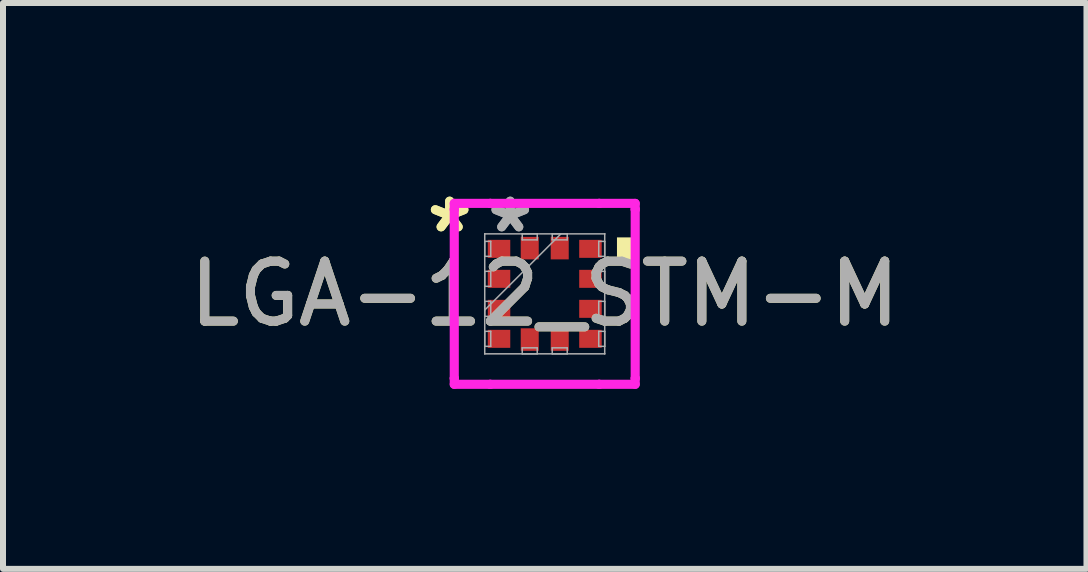
<source format=kicad_pcb>
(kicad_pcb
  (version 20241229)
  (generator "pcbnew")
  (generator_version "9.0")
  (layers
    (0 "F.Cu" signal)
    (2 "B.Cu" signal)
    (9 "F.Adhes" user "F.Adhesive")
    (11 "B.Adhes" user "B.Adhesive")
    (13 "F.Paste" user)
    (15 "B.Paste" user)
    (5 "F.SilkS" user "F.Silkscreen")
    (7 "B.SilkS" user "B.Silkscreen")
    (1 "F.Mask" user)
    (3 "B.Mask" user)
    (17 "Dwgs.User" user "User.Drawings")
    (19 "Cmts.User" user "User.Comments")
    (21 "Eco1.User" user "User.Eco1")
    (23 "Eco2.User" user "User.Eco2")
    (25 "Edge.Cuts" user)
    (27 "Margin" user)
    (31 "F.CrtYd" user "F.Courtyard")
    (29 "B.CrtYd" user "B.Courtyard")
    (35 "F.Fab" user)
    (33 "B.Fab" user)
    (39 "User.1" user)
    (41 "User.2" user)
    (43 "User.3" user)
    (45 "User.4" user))
  (footprint "LGA-12_STM-M"
    (layer "F.Cu")
    (at 6.03 1.848)
    (property "Reference" "LGA-12_STM-M" (at 0 0 0) (unlocked yes) (layer "F.SilkS") (effects (font (size 1 1) (thickness 0.15))))
    (attr smd)
    (fp_poly (pts (xy 1.458 -0.941) (xy 1.458 -0.56) (xy 1.204 -0.56) (xy 1.204 -0.941)) (stroke (width 0) (type solid)) (fill yes) (layer "F.SilkS"))
    (fp_line (start -1.508 -1.508) (end -0.908 -1.508) (stroke (width 0.152) (type solid)) (layer "F.CrtYd"))
    (fp_line (start -1.508 -1.408) (end -1.508 -1.508) (stroke (width 0.152) (type solid)) (layer "F.CrtYd"))
    (fp_line (start -1.508 -1.408) (end -1.508 -1.408) (stroke (width 0.152) (type solid)) (layer "F.CrtYd"))
    (fp_line (start -1.508 1.408) (end -1.508 -1.408) (stroke (width 0.152) (type solid)) (layer "F.CrtYd"))
    (fp_line (start -1.508 1.408) (end -1.508 1.408) (stroke (width 0.152) (type solid)) (layer "F.CrtYd"))
    (fp_line (start -1.508 1.508) (end -1.508 1.408) (stroke (width 0.152) (type solid)) (layer "F.CrtYd"))
    (fp_line (start -0.908 -1.508) (end -0.908 -1.508) (stroke (width 0.152) (type solid)) (layer "F.CrtYd"))
    (fp_line (start -0.908 -1.508) (end 0.908 -1.508) (stroke (width 0.152) (type solid)) (layer "F.CrtYd"))
    (fp_line (start -0.908 1.508) (end -1.508 1.508) (stroke (width 0.152) (type solid)) (layer "F.CrtYd"))
    (fp_line (start -0.908 1.508) (end -0.908 1.508) (stroke (width 0.152) (type solid)) (layer "F.CrtYd"))
    (fp_line (start 0.908 -1.508) (end 0.908 -1.508) (stroke (width 0.152) (type solid)) (layer "F.CrtYd"))
    (fp_line (start 0.908 -1.508) (end 1.508 -1.508) (stroke (width 0.152) (type solid)) (layer "F.CrtYd"))
    (fp_line (start 0.908 1.508) (end -0.908 1.508) (stroke (width 0.152) (type solid)) (layer "F.CrtYd"))
    (fp_line (start 0.908 1.508) (end 0.908 1.508) (stroke (width 0.152) (type solid)) (layer "F.CrtYd"))
    (fp_line (start 1.508 -1.508) (end 1.508 -1.408) (stroke (width 0.152) (type solid)) (layer "F.CrtYd"))
    (fp_line (start 1.508 -1.408) (end 1.508 -1.408) (stroke (width 0.152) (type solid)) (layer "F.CrtYd"))
    (fp_line (start 1.508 -1.408) (end 1.508 1.408) (stroke (width 0.152) (type solid)) (layer "F.CrtYd"))
    (fp_line (start 1.508 1.408) (end 1.508 1.408) (stroke (width 0.152) (type solid)) (layer "F.CrtYd"))
    (fp_line (start 1.508 1.408) (end 1.508 1.508) (stroke (width 0.152) (type solid)) (layer "F.CrtYd"))
    (fp_line (start 1.508 1.508) (end 0.908 1.508) (stroke (width 0.152) (type solid)) (layer "F.CrtYd"))
    (fp_line (start -1 -1) (end -1 -1) (stroke (width 0.025) (type solid)) (layer "F.Fab"))
    (fp_line (start -1 -1) (end -1 1) (stroke (width 0.025) (type solid)) (layer "F.Fab"))
    (fp_line (start -1 -0.875) (end -0.9 -0.875) (stroke (width 0.025) (type solid)) (layer "F.Fab"))
    (fp_line (start -1 -0.625) (end -1 -0.875) (stroke (width 0.025) (type solid)) (layer "F.Fab"))
    (fp_line (start -1 -0.375) (end -0.9 -0.375) (stroke (width 0.025) (type solid)) (layer "F.Fab"))
    (fp_line (start -1 -0.125) (end -1 -0.375) (stroke (width 0.025) (type solid)) (layer "F.Fab"))
    (fp_line (start -1 0.125) (end -0.9 0.125) (stroke (width 0.025) (type solid)) (layer "F.Fab"))
    (fp_line (start -1 0.27) (end 0.27 -1) (stroke (width 0.025) (type solid)) (layer "F.Fab"))
    (fp_line (start -1 0.375) (end -1 0.125) (stroke (width 0.025) (type solid)) (layer "F.Fab"))
    (fp_line (start -1 0.625) (end -0.9 0.625) (stroke (width 0.025) (type solid)) (layer "F.Fab"))
    (fp_line (start -1 0.875) (end -1 0.625) (stroke (width 0.025) (type solid)) (layer "F.Fab"))
    (fp_line (start -1 1) (end -1 1) (stroke (width 0.025) (type solid)) (layer "F.Fab"))
    (fp_line (start -1 1) (end 1 1) (stroke (width 0.025) (type solid)) (layer "F.Fab"))
    (fp_line (start -0.9 -0.875) (end -0.9 -0.625) (stroke (width 0.025) (type solid)) (layer "F.Fab"))
    (fp_line (start -0.9 -0.625) (end -1 -0.625) (stroke (width 0.025) (type solid)) (layer "F.Fab"))
    (fp_line (start -0.9 -0.375) (end -0.9 -0.125) (stroke (width 0.025) (type solid)) (layer "F.Fab"))
    (fp_line (start -0.9 -0.125) (end -1 -0.125) (stroke (width 0.025) (type solid)) (layer "F.Fab"))
    (fp_line (start -0.9 0.125) (end -0.9 0.375) (stroke (width 0.025) (type solid)) (layer "F.Fab"))
    (fp_line (start -0.9 0.375) (end -1 0.375) (stroke (width 0.025) (type solid)) (layer "F.Fab"))
    (fp_line (start -0.9 0.625) (end -0.9 0.875) (stroke (width 0.025) (type solid)) (layer "F.Fab"))
    (fp_line (start -0.9 0.875) (end -1 0.875) (stroke (width 0.025) (type solid)) (layer "F.Fab"))
    (fp_line (start -0.375 -1) (end -0.125 -1) (stroke (width 0.025) (type solid)) (layer "F.Fab"))
    (fp_line (start -0.375 -0.9) (end -0.375 -1) (stroke (width 0.025) (type solid)) (layer "F.Fab"))
    (fp_line (start -0.375 0.9) (end -0.125 0.9) (stroke (width 0.025) (type solid)) (layer "F.Fab"))
    (fp_line (start -0.375 1) (end -0.375 0.9) (stroke (width 0.025) (type solid)) (layer "F.Fab"))
    (fp_line (start -0.125 -1) (end -0.125 -0.9) (stroke (width 0.025) (type solid)) (layer "F.Fab"))
    (fp_line (start -0.125 -0.9) (end -0.375 -0.9) (stroke (width 0.025) (type solid)) (layer "F.Fab"))
    (fp_line (start -0.125 0.9) (end -0.125 1) (stroke (width 0.025) (type solid)) (layer "F.Fab"))
    (fp_line (start -0.125 1) (end -0.375 1) (stroke (width 0.025) (type solid)) (layer "F.Fab"))
    (fp_line (start 0.125 -1) (end 0.375 -1) (stroke (width 0.025) (type solid)) (layer "F.Fab"))
    (fp_line (start 0.125 -0.9) (end 0.125 -1) (stroke (width 0.025) (type solid)) (layer "F.Fab"))
    (fp_line (start 0.125 0.9) (end 0.375 0.9) (stroke (width 0.025) (type solid)) (layer "F.Fab"))
    (fp_line (start 0.125 1) (end 0.125 0.9) (stroke (width 0.025) (type solid)) (layer "F.Fab"))
    (fp_line (start 0.375 -1) (end 0.375 -0.9) (stroke (width 0.025) (type solid)) (layer "F.Fab"))
    (fp_line (start 0.375 -0.9) (end 0.125 -0.9) (stroke (width 0.025) (type solid)) (layer "F.Fab"))
    (fp_line (start 0.375 0.9) (end 0.375 1) (stroke (width 0.025) (type solid)) (layer "F.Fab"))
    (fp_line (start 0.375 1) (end 0.125 1) (stroke (width 0.025) (type solid)) (layer "F.Fab"))
    (fp_line (start 0.9 -0.875) (end 1 -0.875) (stroke (width 0.025) (type solid)) (layer "F.Fab"))
    (fp_line (start 0.9 -0.625) (end 0.9 -0.875) (stroke (width 0.025) (type solid)) (layer "F.Fab"))
    (fp_line (start 0.9 -0.375) (end 1 -0.375) (stroke (width 0.025) (type solid)) (layer "F.Fab"))
    (fp_line (start 0.9 -0.125) (end 0.9 -0.375) (stroke (width 0.025) (type solid)) (layer "F.Fab"))
    (fp_line (start 0.9 0.125) (end 1 0.125) (stroke (width 0.025) (type solid)) (layer "F.Fab"))
    (fp_line (start 0.9 0.375) (end 0.9 0.125) (stroke (width 0.025) (type solid)) (layer "F.Fab"))
    (fp_line (start 0.9 0.625) (end 1 0.625) (stroke (width 0.025) (type solid)) (layer "F.Fab"))
    (fp_line (start 0.9 0.875) (end 0.9 0.625) (stroke (width 0.025) (type solid)) (layer "F.Fab"))
    (fp_line (start 1 -1) (end -1 -1) (stroke (width 0.025) (type solid)) (layer "F.Fab"))
    (fp_line (start 1 -1) (end 1 -1) (stroke (width 0.025) (type solid)) (layer "F.Fab"))
    (fp_line (start 1 -0.875) (end 1 -0.625) (stroke (width 0.025) (type solid)) (layer "F.Fab"))
    (fp_line (start 1 -0.625) (end 0.9 -0.625) (stroke (width 0.025) (type solid)) (layer "F.Fab"))
    (fp_line (start 1 -0.375) (end 1 -0.125) (stroke (width 0.025) (type solid)) (layer "F.Fab"))
    (fp_line (start 1 -0.125) (end 0.9 -0.125) (stroke (width 0.025) (type solid)) (layer "F.Fab"))
    (fp_line (start 1 0.125) (end 1 0.375) (stroke (width 0.025) (type solid)) (layer "F.Fab"))
    (fp_line (start 1 0.375) (end 0.9 0.375) (stroke (width 0.025) (type solid)) (layer "F.Fab"))
    (fp_line (start 1 0.625) (end 1 0.875) (stroke (width 0.025) (type solid)) (layer "F.Fab"))
    (fp_line (start 1 0.875) (end 0.9 0.875) (stroke (width 0.025) (type solid)) (layer "F.Fab"))
    (fp_line (start 1 1) (end 1 -1) (stroke (width 0.025) (type solid)) (layer "F.Fab"))
    (fp_line (start 1 1) (end 1 1) (stroke (width 0.025) (type solid)) (layer "F.Fab"))
    (fp_text user "*" (at -1.585 -1 0) (layer "F.SilkS") (effects (font (size 1 1) (thickness 0.15))))
    (fp_text user "*" (at -1.585 -1 0) (unlocked yes) (layer "F.SilkS") (effects (font (size 1 1) (thickness 0.15))))
    (fp_text user "*" (at -0.575 -1 0) (layer "F.Fab") (effects (font (size 1 1) (thickness 0.15))))
    (fp_text user "${REFERENCE}" (at 0 0 0) (unlocked yes) (layer "F.Fab") (effects (font (size 1 1) (thickness 0.15))))
    (fp_text user "*" (at -0.575 -1 0) (unlocked yes) (layer "F.Fab") (effects (font (size 1 1) (thickness 0.15))))
    (pad "1" smd rect (at -0.762 -0.75 90) (size 0.3 0.375) (layers "F.Cu" "F.Mask" "F.Paste"))
    (pad "2" smd rect (at -0.762 -0.25 90) (size 0.3 0.375) (layers "F.Cu" "F.Mask" "F.Paste"))
    (pad "3" smd rect (at -0.762 0.25 90) (size 0.3 0.375) (layers "F.Cu" "F.Mask" "F.Paste"))
    (pad "4" smd rect (at -0.762 0.75 90) (size 0.3 0.375) (layers "F.Cu" "F.Mask" "F.Paste"))
    (pad "5" smd rect (at -0.25 0.762) (size 0.3 0.375) (layers "F.Cu" "F.Mask" "F.Paste"))
    (pad "6" smd rect (at 0.25 0.762) (size 0.3 0.375) (layers "F.Cu" "F.Mask" "F.Paste"))
    (pad "7" smd rect (at 0.762 0.75 90) (size 0.3 0.375) (layers "F.Cu" "F.Mask" "F.Paste"))
    (pad "8" smd rect (at 0.762 0.25 90) (size 0.3 0.375) (layers "F.Cu" "F.Mask" "F.Paste"))
    (pad "9" smd rect (at 0.762 -0.25 90) (size 0.3 0.375) (layers "F.Cu" "F.Mask" "F.Paste"))
    (pad "10" smd rect (at 0.762 -0.75 90) (size 0.3 0.375) (layers "F.Cu" "F.Mask" "F.Paste"))
    (pad "11" smd rect (at 0.25 -0.762) (size 0.3 0.375) (layers "F.Cu" "F.Mask" "F.Paste"))
    (pad "12" smd rect (at -0.25 -0.762) (size 0.3 0.375) (layers "F.Cu" "F.Mask" "F.Paste")))
  (gr_rect
    (start -3 -3)
    (end 15.06 6.432)
    (stroke (width 0.1) (type default))
    (fill no)
    (layer "Edge.Cuts")))
</source>
